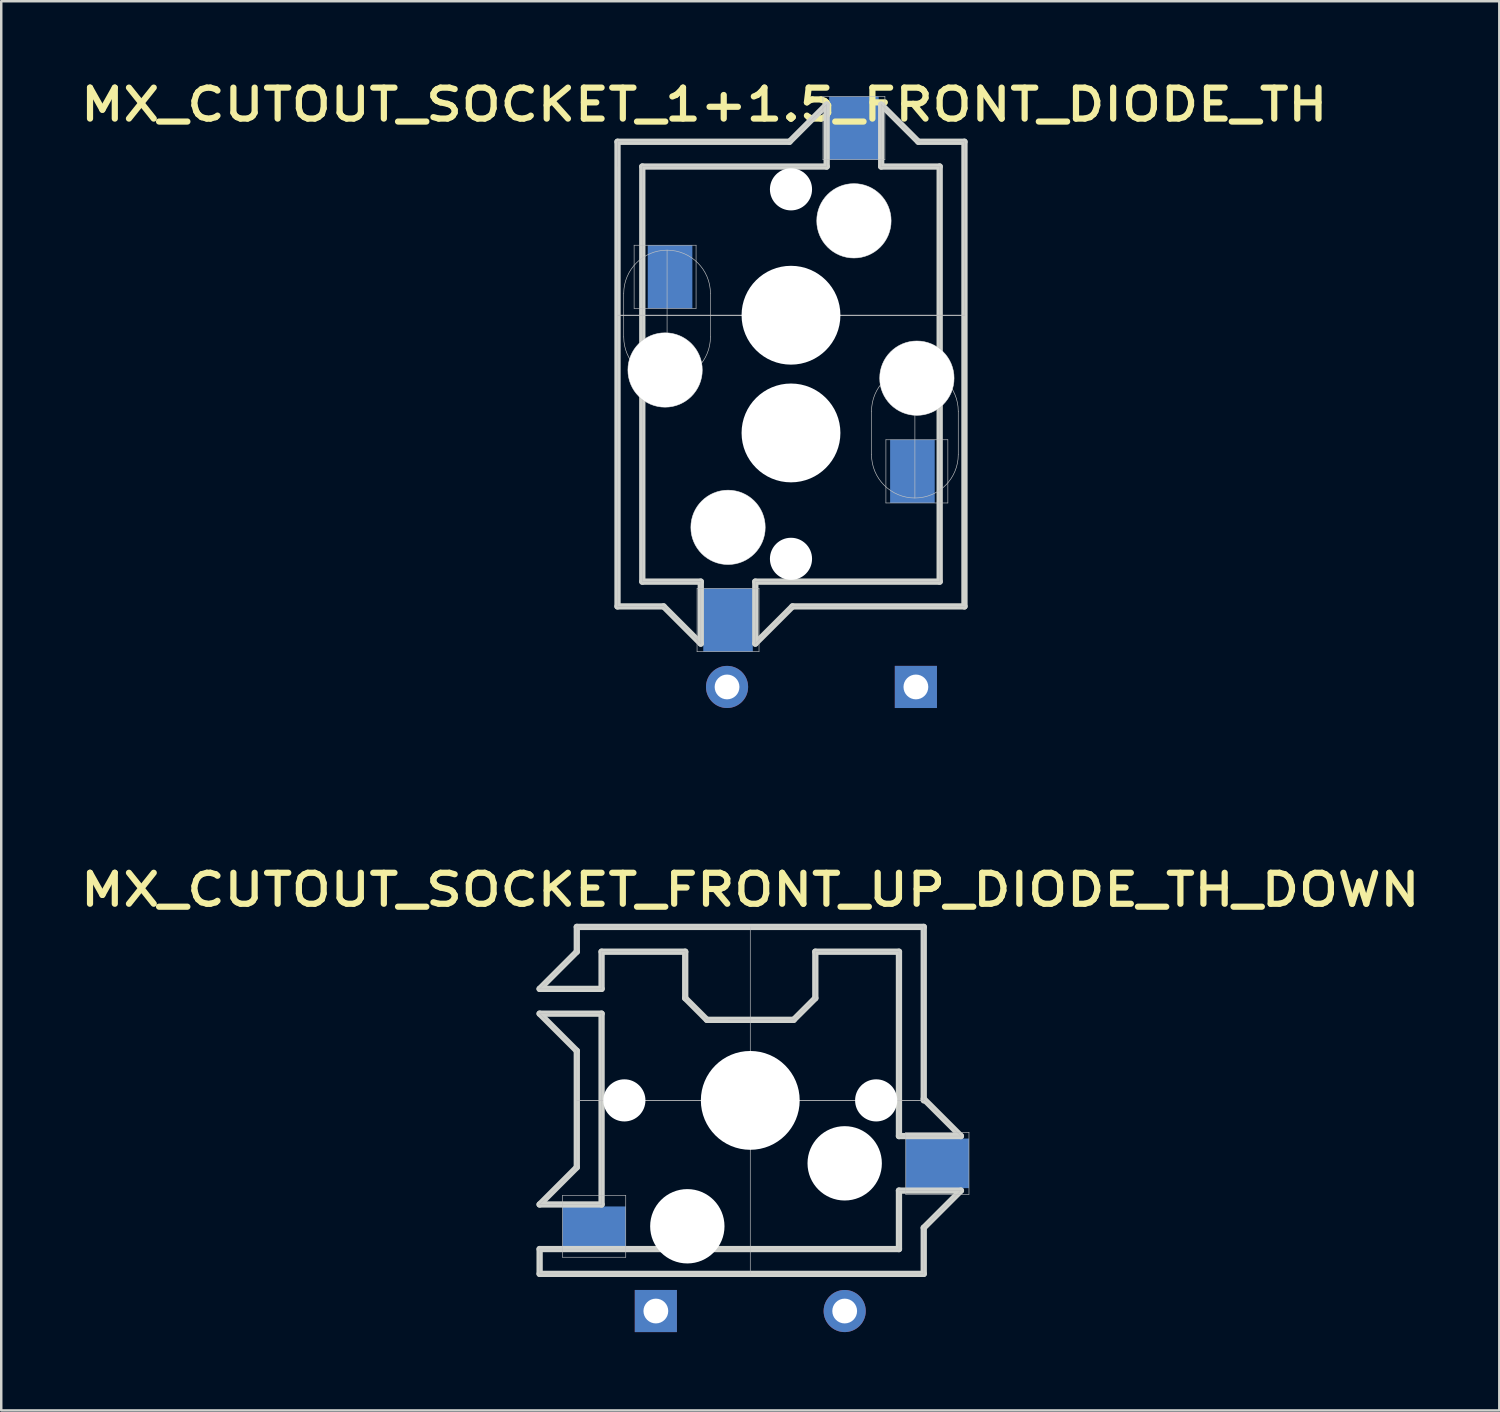
<source format=kicad_pcb>
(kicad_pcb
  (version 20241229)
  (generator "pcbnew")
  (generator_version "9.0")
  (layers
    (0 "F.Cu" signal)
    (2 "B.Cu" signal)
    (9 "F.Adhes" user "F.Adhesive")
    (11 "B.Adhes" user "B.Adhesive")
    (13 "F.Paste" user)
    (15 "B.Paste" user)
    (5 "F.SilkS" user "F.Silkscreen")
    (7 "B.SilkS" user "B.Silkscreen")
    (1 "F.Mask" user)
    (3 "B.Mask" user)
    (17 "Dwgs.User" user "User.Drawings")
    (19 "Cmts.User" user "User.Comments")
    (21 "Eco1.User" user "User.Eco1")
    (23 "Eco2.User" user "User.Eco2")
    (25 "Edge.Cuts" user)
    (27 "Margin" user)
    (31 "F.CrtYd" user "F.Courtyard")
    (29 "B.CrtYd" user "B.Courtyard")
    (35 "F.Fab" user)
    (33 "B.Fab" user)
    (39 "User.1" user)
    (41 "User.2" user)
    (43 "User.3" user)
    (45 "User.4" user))
  (footprint "MX_CUTOUT_SOCKET_FRONT_UP_DIODE_TH_DOWN"
    (layer "F.Cu")
    (at 27.225 41.353)
    (property "Reference" "MX_CUTOUT_SOCKET_FRONT_UP_DIODE_TH_DOWN" (at 0 -8.5 180) (layer "F.SilkS") (effects (font (size 1.25 1.5) (thickness 0.25))))
    (attr through_hole)
    (fp_line (start -8.5 -4.5) (end -7 -6) (stroke (width 0.025) (type solid)) (layer "Dwgs.User"))
    (fp_line (start -8.5 -4.5) (end -6 -4.5) (stroke (width 0.025) (type solid)) (layer "Dwgs.User"))
    (fp_line (start -8.5 -3.5) (end -7 -2) (stroke (width 0.025) (type solid)) (layer "Dwgs.User"))
    (fp_line (start -8.5 -3.5) (end -6 -3.5) (stroke (width 0.025) (type solid)) (layer "Dwgs.User"))
    (fp_line (start -8.5 4.2) (end -6 4.2) (stroke (width 0.025) (type solid)) (layer "Dwgs.User"))
    (fp_line (start -8.5 6) (end -8.5 7) (stroke (width 0.025) (type solid)) (layer "Dwgs.User"))
    (fp_line (start -8.5 6) (end 6 6) (stroke (width 0.025) (type solid)) (layer "Dwgs.User"))
    (fp_line (start -8.5 7) (end 7 7) (stroke (width 0.025) (type solid)) (layer "Dwgs.User"))
    (fp_line (start -7.575 3.83) (end -7.575 6.33) (stroke (width 0.025) (type solid)) (layer "Dwgs.User"))
    (fp_line (start -7.575 6.33) (end -5.025 6.33) (stroke (width 0.025) (type solid)) (layer "Dwgs.User"))
    (fp_line (start -7 -7) (end -7 -6) (stroke (width 0.025) (type solid)) (layer "Dwgs.User"))
    (fp_line (start -7 -7) (end 7 -7) (stroke (width 0.025) (type solid)) (layer "Dwgs.User"))
    (fp_line (start -7 -2) (end -7 2.7) (stroke (width 0.025) (type solid)) (layer "Dwgs.User"))
    (fp_line (start -7 0) (end 7 0) (stroke (width 0.025) (type solid)) (layer "Dwgs.User"))
    (fp_line (start -7 2.7) (end -8.5 4.2) (stroke (width 0.025) (type solid)) (layer "Dwgs.User"))
    (fp_line (start -6 -6) (end -6 -4.5) (stroke (width 0.025) (type solid)) (layer "Dwgs.User"))
    (fp_line (start -6 -3.5) (end -6 4.2) (stroke (width 0.025) (type solid)) (layer "Dwgs.User"))
    (fp_line (start -5.025 3.83) (end -7.575 3.83) (stroke (width 0.025) (type solid)) (layer "Dwgs.User"))
    (fp_line (start -5.025 6.33) (end -5.025 3.83) (stroke (width 0.025) (type solid)) (layer "Dwgs.User"))
    (fp_line (start -2.625 -6) (end -6 -6) (stroke (width 0.025) (type solid)) (layer "Dwgs.User"))
    (fp_line (start -2.625 -6) (end -2.625 -4.125) (stroke (width 0.025) (type solid)) (layer "Dwgs.User"))
    (fp_line (start -2.625 -4.125) (end -1.75 -3.25) (stroke (width 0.025) (type solid)) (layer "Dwgs.User"))
    (fp_line (start -1.75 -3.25) (end 1.75 -3.25) (stroke (width 0.025) (type solid)) (layer "Dwgs.User"))
    (fp_line (start -0.875 -3.25) (end 0.875 -3.25) (stroke (width 0.025) (type solid)) (layer "Dwgs.User"))
    (fp_line (start 0 -7) (end 0 7) (stroke (width 0.025) (type solid)) (layer "Dwgs.User"))
    (fp_line (start 1.75 -3.25) (end 2.625 -4.125) (stroke (width 0.025) (type solid)) (layer "Dwgs.User"))
    (fp_line (start 2.625 -6) (end 6 -6) (stroke (width 0.025) (type solid)) (layer "Dwgs.User"))
    (fp_line (start 2.625 -4.125) (end 2.625 -6) (stroke (width 0.025) (type solid)) (layer "Dwgs.User"))
    (fp_line (start 6 -6) (end 6 1.44) (stroke (width 0.025) (type solid)) (layer "Dwgs.User"))
    (fp_line (start 6 1.44) (end 8.5 1.44) (stroke (width 0.025) (type solid)) (layer "Dwgs.User"))
    (fp_line (start 6 3.64) (end 6 6) (stroke (width 0.025) (type solid)) (layer "Dwgs.User"))
    (fp_line (start 6.275 1.29) (end 6.275 3.79) (stroke (width 0.025) (type solid)) (layer "Dwgs.User"))
    (fp_line (start 6.275 3.79) (end 8.825 3.79) (stroke (width 0.025) (type solid)) (layer "Dwgs.User"))
    (fp_line (start 7 -0.06) (end 8.5 1.44) (stroke (width 0.025) (type solid)) (layer "Dwgs.User"))
    (fp_line (start 7 0) (end -7 0) (stroke (width 0.025) (type solid)) (layer "Dwgs.User"))
    (fp_line (start 7 0) (end 7 -7) (stroke (width 0.025) (type solid)) (layer "Dwgs.User"))
    (fp_line (start 7 5.14) (end 7 7) (stroke (width 0.025) (type solid)) (layer "Dwgs.User"))
    (fp_line (start 8.5 3.64) (end 6 3.64) (stroke (width 0.025) (type solid)) (layer "Dwgs.User"))
    (fp_line (start 8.5 3.64) (end 7 5.14) (stroke (width 0.025) (type solid)) (layer "Dwgs.User"))
    (fp_line (start 8.825 1.29) (end 6.275 1.29) (stroke (width 0.025) (type solid)) (layer "Dwgs.User"))
    (fp_line (start 8.825 3.79) (end 8.825 1.29) (stroke (width 0.025) (type solid)) (layer "Dwgs.User"))
    (fp_circle (center -2.54 5.08) (end -1.84 5.08) (stroke (width 0.025) (type solid)) (fill no) (layer "Dwgs.User"))
    (fp_circle (center -2.54 5.08) (end -1.44 5.08) (stroke (width 0.025) (type solid)) (fill no) (layer "Dwgs.User"))
    (fp_circle (center 3.81 2.54) (end 4.51 2.54) (stroke (width 0.025) (type solid)) (fill no) (layer "Dwgs.User"))
    (fp_circle (center 3.81 2.54) (end 4.91 2.54) (stroke (width 0.025) (type solid)) (fill no) (layer "Dwgs.User"))
    (fp_line (start -9.5 -9.5) (end 9.5 -9.5) (stroke (width 0.025) (type solid)) (layer "Eco2.User"))
    (fp_line (start -9.5 9.5) (end -9.5 -9.5) (stroke (width 0.025) (type solid)) (layer "Eco2.User"))
    (fp_line (start 9.5 -9.5) (end 9.5 9.5) (stroke (width 0.025) (type solid)) (layer "Eco2.User"))
    (fp_line (start 9.5 9.5) (end -9.5 9.5) (stroke (width 0.025) (type solid)) (layer "Eco2.User"))
    (fp_line (start -8.5 -4.5) (end -7 -6) (stroke (width 0.254) (type solid)) (layer "Edge.Cuts"))
    (fp_line (start -8.5 -4.5) (end -6 -4.5) (stroke (width 0.254) (type solid)) (layer "Edge.Cuts"))
    (fp_line (start -8.5 -3.5) (end -7 -2) (stroke (width 0.254) (type solid)) (layer "Edge.Cuts"))
    (fp_line (start -8.5 -3.5) (end -6 -3.5) (stroke (width 0.254) (type solid)) (layer "Edge.Cuts"))
    (fp_line (start -8.5 4.2) (end -6 4.2) (stroke (width 0.254) (type solid)) (layer "Edge.Cuts"))
    (fp_line (start -8.5 6) (end -8.5 7) (stroke (width 0.254) (type solid)) (layer "Edge.Cuts"))
    (fp_line (start -8.5 6) (end 6 6) (stroke (width 0.254) (type solid)) (layer "Edge.Cuts"))
    (fp_line (start -8.5 7) (end 7 7) (stroke (width 0.254) (type solid)) (layer "Edge.Cuts"))
    (fp_line (start -7 -7) (end -7 -6) (stroke (width 0.254) (type solid)) (layer "Edge.Cuts"))
    (fp_line (start -7 -7) (end 7 -7) (stroke (width 0.254) (type solid)) (layer "Edge.Cuts"))
    (fp_line (start -7 -2) (end -7 2.7) (stroke (width 0.254) (type solid)) (layer "Edge.Cuts"))
    (fp_line (start -7 2.7) (end -8.5 4.2) (stroke (width 0.254) (type solid)) (layer "Edge.Cuts"))
    (fp_line (start -6 -6) (end -6 -4.5) (stroke (width 0.254) (type solid)) (layer "Edge.Cuts"))
    (fp_line (start -6 -3.5) (end -6 4.2) (stroke (width 0.254) (type solid)) (layer "Edge.Cuts"))
    (fp_line (start -2.625 -6) (end -6 -6) (stroke (width 0.254) (type solid)) (layer "Edge.Cuts"))
    (fp_line (start -2.625 -6) (end -2.625 -4.125) (stroke (width 0.254) (type solid)) (layer "Edge.Cuts"))
    (fp_line (start -2.625 -4.125) (end -1.75 -3.25) (stroke (width 0.254) (type solid)) (layer "Edge.Cuts"))
    (fp_line (start -1.75 -3.25) (end 1.75 -3.25) (stroke (width 0.254) (type solid)) (layer "Edge.Cuts"))
    (fp_line (start 1.75 -3.25) (end 2.625 -4.125) (stroke (width 0.254) (type solid)) (layer "Edge.Cuts"))
    (fp_line (start 2.625 -6) (end 6 -6) (stroke (width 0.254) (type solid)) (layer "Edge.Cuts"))
    (fp_line (start 2.625 -4.125) (end 2.625 -6) (stroke (width 0.254) (type solid)) (layer "Edge.Cuts"))
    (fp_line (start 6 -6) (end 6 1.44) (stroke (width 0.254) (type solid)) (layer "Edge.Cuts"))
    (fp_line (start 6 1.44) (end 8.5 1.44) (stroke (width 0.254) (type solid)) (layer "Edge.Cuts"))
    (fp_line (start 6 3.64) (end 6 6) (stroke (width 0.254) (type solid)) (layer "Edge.Cuts"))
    (fp_line (start 7 -0.06) (end 8.5 1.44) (stroke (width 0.254) (type solid)) (layer "Edge.Cuts"))
    (fp_line (start 7 0) (end 7 -7) (stroke (width 0.254) (type solid)) (layer "Edge.Cuts"))
    (fp_line (start 7 5.14) (end 7 7) (stroke (width 0.254) (type solid)) (layer "Edge.Cuts"))
    (fp_line (start 8.5 3.64) (end 6 3.64) (stroke (width 0.254) (type solid)) (layer "Edge.Cuts"))
    (fp_line (start 8.5 3.64) (end 7 5.14) (stroke (width 0.254) (type solid)) (layer "Edge.Cuts"))
    (pad "" np_thru_hole circle (at -5.08 0 180) (size 1.7 1.7) (drill 1.7) (layers "*.Cu" "*.Mask"))
    (pad "" np_thru_hole circle (at -2.54 5.08 180) (size 3 3) (drill 3) (layers "*.Cu" "*.Mask"))
    (pad "" np_thru_hole circle (at 0 0 180) (size 3.988 3.988) (drill 3.988) (layers "*.Cu" "*.Mask"))
    (pad "" np_thru_hole circle (at 3.81 2.54 180) (size 3 3) (drill 3) (layers "*.Cu" "*.Mask"))
    (pad "" np_thru_hole circle (at 5.08 0 180) (size 1.7 1.7) (drill 1.7) (layers "*.Cu" "*.Mask"))
    (pad "1" smd rect (at -6.3 5.08 180) (size 2.55 1.6) (layers "B.Cu" "B.Mask" "B.Paste"))
    (pad "2" smd rect (at 7.55 2.54 180) (size 2.55 2) (layers "B.Cu" "B.Mask" "B.Paste"))
    (pad "3" thru_hole circle (at 3.81 8.5 180) (size 1.7 1.7) (drill 1) (layers "*.Cu" "*.Mask"))
    (pad "4" thru_hole rect (at -3.81 8.5 180) (size 1.7 1.7) (drill 1) (layers "*.Cu" "*.Mask")))
  (footprint "MX_CUTOUT_SOCKET_1+1.5_FRONT_DIODE_TH"
    (layer "F.Cu")
    (at 28.868 9.67)
    (property "Reference" "MX_CUTOUT_SOCKET_1+1.5_FRONT_DIODE_TH" (at -3.5 -8.5 180) (layer "F.SilkS") (effects (font (size 1.25 1.5) (thickness 0.25))))
    (attr through_hole)
    (fp_line (start -7 -7) (end -7 -6) (stroke (width 0.025) (type solid)) (layer "Dwgs.User"))
    (fp_line (start -7 -7) (end -7 11.75) (stroke (width 0.025) (type solid)) (layer "Dwgs.User"))
    (fp_line (start -7 -7) (end -0.06 -7) (stroke (width 0.025) (type solid)) (layer "Dwgs.User"))
    (fp_line (start -7 0) (end 7 0) (stroke (width 0.025) (type solid)) (layer "Dwgs.User"))
    (fp_line (start -6.75 0.875) (end -6.75 -0.875) (stroke (width 0.025) (type solid)) (layer "Dwgs.User"))
    (fp_line (start -6.33 -2.825) (end -6.33 -0.275) (stroke (width 0.025) (type solid)) (layer "Dwgs.User"))
    (fp_line (start -6.33 -0.275) (end -3.83 -0.275) (stroke (width 0.025) (type solid)) (layer "Dwgs.User"))
    (fp_line (start -6 -6) (end -6 10.75) (stroke (width 0.025) (type solid)) (layer "Dwgs.User"))
    (fp_line (start -6 -6) (end 1.44 -6) (stroke (width 0.025) (type solid)) (layer "Dwgs.User"))
    (fp_line (start -5.14 11.75) (end -7 11.75) (stroke (width 0.025) (type solid)) (layer "Dwgs.User"))
    (fp_line (start -5.14 11.75) (end -7 11.75) (stroke (width 0.025) (type solid)) (layer "Dwgs.User"))
    (fp_line (start -5 2.625) (end -5 -2.625) (stroke (width 0.025) (type solid)) (layer "Dwgs.User"))
    (fp_line (start -3.83 -2.825) (end -6.33 -2.825) (stroke (width 0.025) (type solid)) (layer "Dwgs.User"))
    (fp_line (start -3.83 -0.275) (end -3.83 -2.825) (stroke (width 0.025) (type solid)) (layer "Dwgs.User"))
    (fp_line (start -3.79 11.025) (end -3.79 13.575) (stroke (width 0.025) (type solid)) (layer "Dwgs.User"))
    (fp_line (start -3.79 13.575) (end -1.29 13.575) (stroke (width 0.025) (type solid)) (layer "Dwgs.User"))
    (fp_line (start -3.64 10.75) (end -6 10.75) (stroke (width 0.025) (type solid)) (layer "Dwgs.User"))
    (fp_line (start -3.64 10.75) (end -6 10.75) (stroke (width 0.025) (type solid)) (layer "Dwgs.User"))
    (fp_line (start -3.64 13.25) (end -5.14 11.75) (stroke (width 0.025) (type solid)) (layer "Dwgs.User"))
    (fp_line (start -3.64 13.25) (end -3.64 10.75) (stroke (width 0.025) (type solid)) (layer "Dwgs.User"))
    (fp_line (start -3.25 0.875) (end -3.25 -0.875) (stroke (width 0.025) (type solid)) (layer "Dwgs.User"))
    (fp_line (start -1.44 10.75) (end -1.44 13.25) (stroke (width 0.025) (type solid)) (layer "Dwgs.User"))
    (fp_line (start -1.29 11.025) (end -3.79 11.025) (stroke (width 0.025) (type solid)) (layer "Dwgs.User"))
    (fp_line (start -1.29 13.575) (end -1.29 11.025) (stroke (width 0.025) (type solid)) (layer "Dwgs.User"))
    (fp_line (start -0.06 -7) (end 1.44 -8.5) (stroke (width 0.025) (type solid)) (layer "Dwgs.User"))
    (fp_line (start 0.06 11.75) (end -1.44 13.25) (stroke (width 0.025) (type solid)) (layer "Dwgs.User"))
    (fp_line (start 1.29 -8.825) (end 1.29 -6.275) (stroke (width 0.025) (type solid)) (layer "Dwgs.User"))
    (fp_line (start 1.29 -6.275) (end 3.79 -6.275) (stroke (width 0.025) (type solid)) (layer "Dwgs.User"))
    (fp_line (start 1.44 -6) (end 1.44 -8.5) (stroke (width 0.025) (type solid)) (layer "Dwgs.User"))
    (fp_line (start 1.75 -3.25) (end 2.625 -4.125) (stroke (width 0.025) (type solid)) (layer "Dwgs.User"))
    (fp_line (start 3.25 3.875) (end 3.25 5.625) (stroke (width 0.025) (type solid)) (layer "Dwgs.User"))
    (fp_line (start 3.64 -8.5) (end 3.64 -6) (stroke (width 0.025) (type solid)) (layer "Dwgs.User"))
    (fp_line (start 3.64 -8.5) (end 5.14 -7) (stroke (width 0.025) (type solid)) (layer "Dwgs.User"))
    (fp_line (start 3.64 -6) (end 6 -6) (stroke (width 0.025) (type solid)) (layer "Dwgs.User"))
    (fp_line (start 3.79 -8.825) (end 1.29 -8.825) (stroke (width 0.025) (type solid)) (layer "Dwgs.User"))
    (fp_line (start 3.79 -6.275) (end 3.79 -8.825) (stroke (width 0.025) (type solid)) (layer "Dwgs.User"))
    (fp_line (start 3.83 5.025) (end 3.83 7.575) (stroke (width 0.025) (type solid)) (layer "Dwgs.User"))
    (fp_line (start 3.83 7.575) (end 6.33 7.575) (stroke (width 0.025) (type solid)) (layer "Dwgs.User"))
    (fp_line (start 5 2.125) (end 5 7.375) (stroke (width 0.025) (type solid)) (layer "Dwgs.User"))
    (fp_line (start 5.14 -7) (end 7 -7) (stroke (width 0.025) (type solid)) (layer "Dwgs.User"))
    (fp_line (start 6 -6) (end 6 10.75) (stroke (width 0.025) (type solid)) (layer "Dwgs.User"))
    (fp_line (start 6 10.75) (end -1.44 10.75) (stroke (width 0.025) (type solid)) (layer "Dwgs.User"))
    (fp_line (start 6 10.75) (end -1.44 10.75) (stroke (width 0.025) (type solid)) (layer "Dwgs.User"))
    (fp_line (start 6.33 5.025) (end 3.83 5.025) (stroke (width 0.025) (type solid)) (layer "Dwgs.User"))
    (fp_line (start 6.33 7.575) (end 6.33 5.025) (stroke (width 0.025) (type solid)) (layer "Dwgs.User"))
    (fp_line (start 6.75 3.875) (end 6.75 5.625) (stroke (width 0.025) (type solid)) (layer "Dwgs.User"))
    (fp_line (start 7 0) (end -7 0) (stroke (width 0.025) (type solid)) (layer "Dwgs.User"))
    (fp_line (start 7 0) (end -7 0) (stroke (width 0.025) (type solid)) (layer "Dwgs.User"))
    (fp_line (start 7 0) (end 7 -7) (stroke (width 0.025) (type solid)) (layer "Dwgs.User"))
    (fp_line (start 7 11.75) (end 0.06 11.75) (stroke (width 0.025) (type solid)) (layer "Dwgs.User"))
    (fp_arc (start -6.75 -0.875) (mid -5 -2.625) (end -3.25 -0.875) (stroke (width 0.0254) (type solid)) (layer "Dwgs.User"))
    (fp_arc (start -3.25 0.875) (mid -5 2.625) (end -6.75 0.875) (stroke (width 0.0254) (type solid)) (layer "Dwgs.User"))
    (fp_arc (start 3.25 3.875) (mid 5 2.125) (end 6.75 3.875) (stroke (width 0.0254) (type solid)) (layer "Dwgs.User"))
    (fp_arc (start 6.75 5.625) (mid 5 7.375) (end 3.25 5.625) (stroke (width 0.0254) (type solid)) (layer "Dwgs.User"))
    (fp_circle (center -5.08 2.21) (end -4.38 2.21) (stroke (width 0.025) (type solid)) (fill no) (layer "Dwgs.User"))
    (fp_circle (center -5.08 2.21) (end -3.98 2.21) (stroke (width 0.025) (type solid)) (fill no) (layer "Dwgs.User"))
    (fp_circle (center -5.08 2.21) (end -3.58 2.21) (stroke (width 0.025) (type solid)) (fill no) (layer "Dwgs.User"))
    (fp_circle (center -2.54 8.56) (end -1.84 8.56) (stroke (width 0.025) (type solid)) (fill no) (layer "Dwgs.User"))
    (fp_circle (center -2.54 8.56) (end -1.44 8.56) (stroke (width 0.025) (type solid)) (fill no) (layer "Dwgs.User"))
    (fp_circle (center -2.54 8.56) (end -1.04 8.56) (stroke (width 0.025) (type solid)) (fill no) (layer "Dwgs.User"))
    (fp_circle (center 2.54 -3.81) (end 3.24 -3.81) (stroke (width 0.025) (type solid)) (fill no) (layer "Dwgs.User"))
    (fp_circle (center 2.54 -3.81) (end 3.64 -3.81) (stroke (width 0.025) (type solid)) (fill no) (layer "Dwgs.User"))
    (fp_circle (center 2.54 -3.81) (end 4.04 -3.81) (stroke (width 0.025) (type solid)) (fill no) (layer "Dwgs.User"))
    (fp_circle (center 5.08 2.54) (end 5.78 2.54) (stroke (width 0.025) (type solid)) (fill no) (layer "Dwgs.User"))
    (fp_circle (center 5.08 2.54) (end 6.18 2.54) (stroke (width 0.025) (type solid)) (fill no) (layer "Dwgs.User"))
    (fp_circle (center 5.08 2.54) (end 6.58 2.54) (stroke (width 0.025) (type solid)) (fill no) (layer "Dwgs.User"))
    (fp_line (start -9.5 -9.5) (end 9.5 -9.5) (stroke (width 0.025) (type solid)) (layer "Eco2.User"))
    (fp_line (start -9.5 19) (end -9.5 -9.5) (stroke (width 0.025) (type solid)) (layer "Eco2.User"))
    (fp_line (start -9.5 19) (end 9.5 19) (stroke (width 0.025) (type solid)) (layer "Eco2.User"))
    (fp_line (start 9.5 -9.5) (end 9.5 19) (stroke (width 0.025) (type solid)) (layer "Eco2.User"))
    (fp_line (start -7 -7) (end -7 11.75) (stroke (width 0.254) (type solid)) (layer "Edge.Cuts"))
    (fp_line (start -7 -7) (end -0.06 -7) (stroke (width 0.254) (type solid)) (layer "Edge.Cuts"))
    (fp_line (start -6 -6) (end -6 10.75) (stroke (width 0.254) (type solid)) (layer "Edge.Cuts"))
    (fp_line (start -6 -6) (end 1.44 -6) (stroke (width 0.254) (type solid)) (layer "Edge.Cuts"))
    (fp_line (start -5.14 11.75) (end -7 11.75) (stroke (width 0.254) (type solid)) (layer "Edge.Cuts"))
    (fp_line (start -3.64 10.75) (end -6 10.75) (stroke (width 0.254) (type solid)) (layer "Edge.Cuts"))
    (fp_line (start -3.64 13.25) (end -5.14 11.75) (stroke (width 0.254) (type solid)) (layer "Edge.Cuts"))
    (fp_line (start -3.64 13.25) (end -3.64 10.75) (stroke (width 0.254) (type solid)) (layer "Edge.Cuts"))
    (fp_line (start -1.44 10.75) (end -1.44 13.25) (stroke (width 0.254) (type solid)) (layer "Edge.Cuts"))
    (fp_line (start -0.06 -7) (end 1.44 -8.5) (stroke (width 0.254) (type solid)) (layer "Edge.Cuts"))
    (fp_line (start 0.06 11.75) (end -1.44 13.25) (stroke (width 0.254) (type solid)) (layer "Edge.Cuts"))
    (fp_line (start 1.44 -6) (end 1.44 -8.5) (stroke (width 0.254) (type solid)) (layer "Edge.Cuts"))
    (fp_line (start 3.64 -8.5) (end 3.64 -6) (stroke (width 0.254) (type solid)) (layer "Edge.Cuts"))
    (fp_line (start 3.64 -8.5) (end 5.14 -7) (stroke (width 0.254) (type solid)) (layer "Edge.Cuts"))
    (fp_line (start 3.64 -6) (end 6 -6) (stroke (width 0.254) (type solid)) (layer "Edge.Cuts"))
    (fp_line (start 5.14 -7) (end 7 -7) (stroke (width 0.254) (type solid)) (layer "Edge.Cuts"))
    (fp_line (start 6 -6) (end 6 10.75) (stroke (width 0.254) (type solid)) (layer "Edge.Cuts"))
    (fp_line (start 6 10.75) (end -1.44 10.75) (stroke (width 0.254) (type solid)) (layer "Edge.Cuts"))
    (fp_line (start 7 11.75) (end 0.06 11.75) (stroke (width 0.254) (type solid)) (layer "Edge.Cuts"))
    (fp_line (start 7 11.75) (end 7 -7) (stroke (width 0.254) (type solid)) (layer "Edge.Cuts"))
    (pad "" np_thru_hole circle (at -5.08 2.21 90) (size 3 3) (drill 3) (layers "*.Cu" "*.Mask"))
    (pad "" np_thru_hole circle (at -2.54 8.56 90) (size 3 3) (drill 3) (layers "*.Cu" "*.Mask"))
    (pad "" np_thru_hole circle (at 0 -5.08 270) (size 1.7 1.7) (drill 1.7) (layers "*.Cu" "*.Mask"))
    (pad "" np_thru_hole circle (at 0 0 270) (size 3.988 3.988) (drill 3.988) (layers "*.Cu" "*.Mask"))
    (pad "" np_thru_hole circle (at 0 4.75 90) (size 3.988 3.988) (drill 3.988) (layers "*.Cu" "*.Mask"))
    (pad "" np_thru_hole circle (at 0 9.83 90) (size 1.7 1.7) (drill 1.7) (layers "*.Cu" "*.Mask"))
    (pad "" np_thru_hole circle (at 2.54 -3.81 270) (size 3 3) (drill 3) (layers "*.Cu" "*.Mask"))
    (pad "" np_thru_hole circle (at 5.08 2.54 270) (size 3 3) (drill 3) (layers "*.Cu" "*.Mask"))
    (pad "1" smd rect (at -4.88 -1.55 90) (size 2.55 1.8) (layers "B.Cu" "B.Mask" "B.Paste"))
    (pad "1" smd rect (at 2.54 -7.55 270) (size 2.55 2) (layers "B.Cu" "B.Mask" "B.Paste"))
    (pad "2" smd rect (at -2.54 12.3 90) (size 2.55 2) (layers "B.Cu" "B.Mask" "B.Paste"))
    (pad "2" smd rect (at 4.9 6.3 270) (size 2.55 1.8) (layers "B.Cu" "B.Mask" "B.Paste"))
    (pad "3" thru_hole circle (at -2.58 15) (size 1.7 1.7) (drill 1) (layers "*.Cu" "*.Mask"))
    (pad "4" thru_hole rect (at 5.04 15) (size 1.7 1.7) (drill 1) (layers "*.Cu" "*.Mask")))
  (gr_rect
    (start -3 -3)
    (end 57.45 53.865)
    (stroke (width 0.1) (type default))
    (fill no)
    (layer "Edge.Cuts")))
</source>
